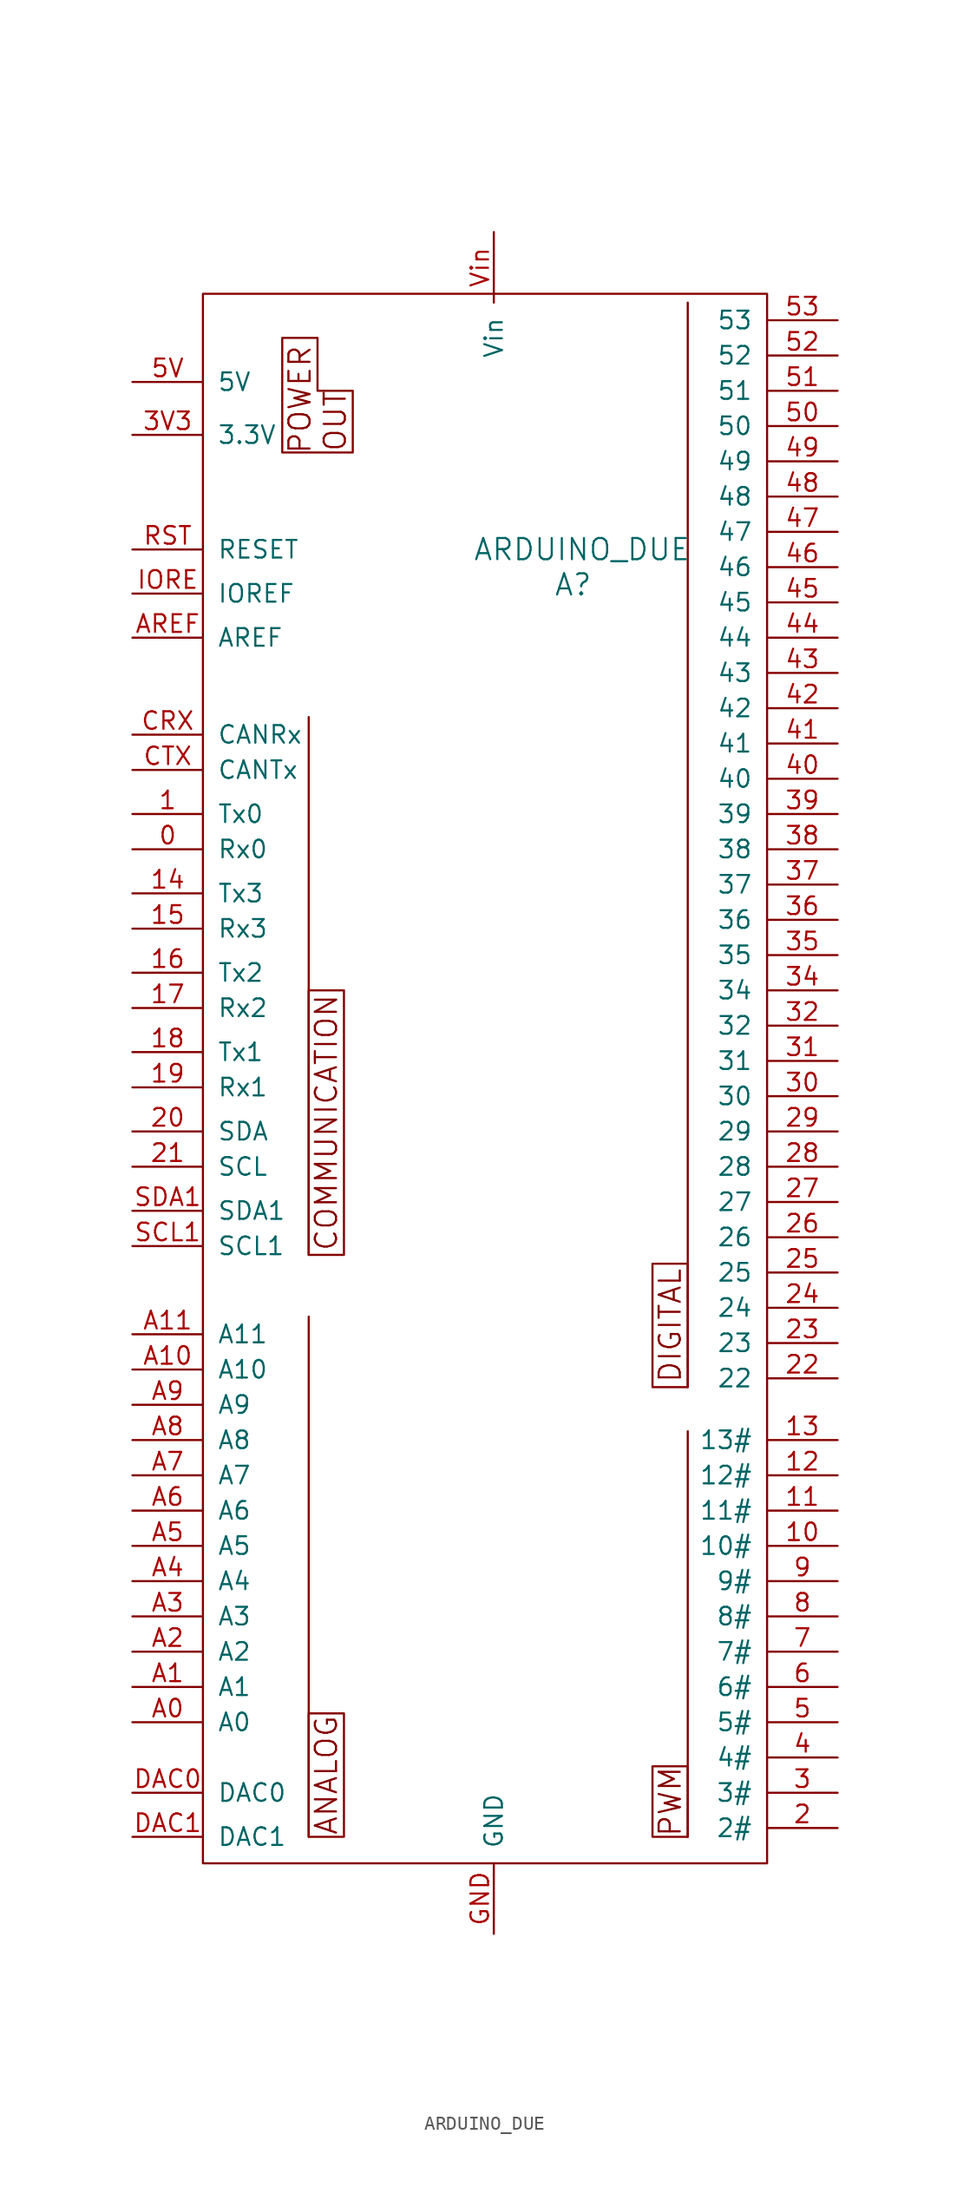
<source format=kicad_sym>
(kicad_symbol_lib
  (version 20211014)
  (generator kicad_symbol_editor)
  (symbol "ARDUINO_DUE"
    (pin_names
      (offset 1.016))
    (property "Reference" "A"
      (at 5.715 92.075 0)
      (effects (font (size 1.524 1.524))))
    (property "Value" "ARDUINO_DUE"
      (at 6.35 94.615 0)
      (effects (font (size 1.524 1.524))))
    (property "Footprint" ""
      (at 0 0 0)
      (effects (font (size 1.524 1.524))))
    (property "Datasheet" ""
      (at 0 0 0)
      (effects (font (size 1.524 1.524))))
    (symbol "ARDUINO_DUE_0_0"
      (rectangle (start -13.335 10.795) (end -10.795 1.905) (stroke (width 0) (type default) (color 0 0 0 0)) (fill (type none)))
      (rectangle (start -13.335 43.815) (end -10.795 62.865) (stroke (width 0) (type default) (color 0 0 0 0)) (fill (type none)))
      (polyline (pts (xy -13.335 1.905) (xy -13.335 39.37)) (stroke (width 0) (type default) (color 0 0 0 0)) (fill (type none)))
      (polyline (pts (xy -13.335 43.815) (xy -13.335 82.55)) (stroke (width 0) (type default) (color 0 0 0 0)) (fill (type none)))
      (polyline (pts (xy 13.97 1.905) (xy 13.97 31.115)) (stroke (width 0) (type default) (color 0 0 0 0)) (fill (type none)))
      (polyline (pts (xy 13.97 34.29) (xy 13.97 112.395)) (stroke (width 0) (type default) (color 0 0 0 0)) (fill (type none)))
      (polyline (pts (xy -15.24 101.6) (xy -15.24 109.855) (xy -12.7 109.855) (xy -12.7 106.045) (xy -10.16 106.045) (xy -10.16 101.6) (xy -15.24 101.6)) (stroke (width 0) (type default) (color 0 0 0 0)) (fill (type none)))
      (rectangle (start 11.43 1.905) (end 13.97 6.985) (stroke (width 0) (type default) (color 0 0 0 0)) (fill (type none)))
      (rectangle (start 11.43 43.18) (end 13.97 34.29) (stroke (width 0) (type default) (color 0 0 0 0)) (fill (type none)))
      (text "ANALOG" (at -12.065 6.35 900) (effects (font (size 1.524 1.524))))
      (text "COMMUNICATION" (at -12.065 53.34 900) (effects (font (size 1.524 1.524))))
      (text "DIGITAL" (at 12.7 38.735 900) (effects (font (size 1.524 1.524))))
      (text "OUT" (at -11.43 101.6 900) (effects (font (size 1.524 1.524)) (justify left)))
      (text "POWER" (at -13.97 105.41 900) (effects (font (size 1.524 1.524))))
      (text "PWM" (at 12.7 4.445 900) (effects (font (size 1.524 1.524)))))
    (symbol "ARDUINO_DUE_0_1"
      (rectangle (start -20.955 0) (end 19.685 113.03) (stroke (width 0) (type default) (color 0 0 0 0)) (fill (type none))))
    (symbol "ARDUINO_DUE_1_1"
      (pin passive line (at -26.035 73.025 0) (length 5.08) (name "Rx0" (effects (font (size 1.27 1.27)))) (number "0" (effects (font (size 1.27 1.27)))))
      (pin passive line (at -26.035 75.565 0) (length 5.08) (name "Tx0" (effects (font (size 1.27 1.27)))) (number "1" (effects (font (size 1.27 1.27)))))
      (pin passive line (at 24.765 22.86 180) (length 5.08) (name "10#" (effects (font (size 1.27 1.27)))) (number "10" (effects (font (size 1.27 1.27)))))
      (pin passive line (at 24.765 25.4 180) (length 5.08) (name "11#" (effects (font (size 1.27 1.27)))) (number "11" (effects (font (size 1.27 1.27)))))
      (pin passive line (at 24.765 27.94 180) (length 5.08) (name "12#" (effects (font (size 1.27 1.27)))) (number "12" (effects (font (size 1.27 1.27)))))
      (pin passive line (at 24.765 30.48 180) (length 5.08) (name "13#" (effects (font (size 1.27 1.27)))) (number "13" (effects (font (size 1.27 1.27)))))
      (pin passive line (at -26.035 69.85 0) (length 5.08) (name "Tx3" (effects (font (size 1.27 1.27)))) (number "14" (effects (font (size 1.27 1.27)))))
      (pin passive line (at -26.035 67.31 0) (length 5.08) (name "Rx3" (effects (font (size 1.27 1.27)))) (number "15" (effects (font (size 1.27 1.27)))))
      (pin passive line (at -26.035 64.135 0) (length 5.08) (name "Tx2" (effects (font (size 1.27 1.27)))) (number "16" (effects (font (size 1.27 1.27)))))
      (pin passive line (at -26.035 61.595 0) (length 5.08) (name "Rx2" (effects (font (size 1.27 1.27)))) (number "17" (effects (font (size 1.27 1.27)))))
      (pin passive line (at -26.035 58.42 0) (length 5.08) (name "Tx1" (effects (font (size 1.27 1.27)))) (number "18" (effects (font (size 1.27 1.27)))))
      (pin passive line (at -26.035 55.88 0) (length 5.08) (name "Rx1" (effects (font (size 1.27 1.27)))) (number "19" (effects (font (size 1.27 1.27)))))
      (pin passive line (at 24.765 2.54 180) (length 5.08) (name "2#" (effects (font (size 1.27 1.27)))) (number "2" (effects (font (size 1.27 1.27)))))
      (pin passive line (at -26.035 52.705 0) (length 5.08) (name "SDA" (effects (font (size 1.27 1.27)))) (number "20" (effects (font (size 1.27 1.27)))))
      (pin passive line (at -26.035 50.165 0) (length 5.08) (name "SCL" (effects (font (size 1.27 1.27)))) (number "21" (effects (font (size 1.27 1.27)))))
      (pin passive line (at 24.765 34.925 180) (length 5.08) (name "22" (effects (font (size 1.27 1.27)))) (number "22" (effects (font (size 1.27 1.27)))))
      (pin passive line (at 24.765 37.465 180) (length 5.08) (name "23" (effects (font (size 1.27 1.27)))) (number "23" (effects (font (size 1.27 1.27)))))
      (pin passive line (at 24.765 40.005 180) (length 5.08) (name "24" (effects (font (size 1.27 1.27)))) (number "24" (effects (font (size 1.27 1.27)))))
      (pin passive line (at 24.765 42.545 180) (length 5.08) (name "25" (effects (font (size 1.27 1.27)))) (number "25" (effects (font (size 1.27 1.27)))))
      (pin passive line (at 24.765 45.085 180) (length 5.08) (name "26" (effects (font (size 1.27 1.27)))) (number "26" (effects (font (size 1.27 1.27)))))
      (pin passive line (at 24.765 47.625 180) (length 5.08) (name "27" (effects (font (size 1.27 1.27)))) (number "27" (effects (font (size 1.27 1.27)))))
      (pin passive line (at 24.765 50.165 180) (length 5.08) (name "28" (effects (font (size 1.27 1.27)))) (number "28" (effects (font (size 1.27 1.27)))))
      (pin passive line (at 24.765 52.705 180) (length 5.08) (name "29" (effects (font (size 1.27 1.27)))) (number "29" (effects (font (size 1.27 1.27)))))
      (pin passive line (at 24.765 5.08 180) (length 5.08) (name "3#" (effects (font (size 1.27 1.27)))) (number "3" (effects (font (size 1.27 1.27)))))
      (pin passive line (at 24.765 55.245 180) (length 5.08) (name "30" (effects (font (size 1.27 1.27)))) (number "30" (effects (font (size 1.27 1.27)))))
      (pin passive line (at 24.765 57.785 180) (length 5.08) (name "31" (effects (font (size 1.27 1.27)))) (number "31" (effects (font (size 1.27 1.27)))))
      (pin passive line (at 24.765 60.325 180) (length 5.08) (name "32" (effects (font (size 1.27 1.27)))) (number "32" (effects (font (size 1.27 1.27)))))
      (pin passive line (at 24.765 62.865 180) (length 5.08) (name "34" (effects (font (size 1.27 1.27)))) (number "34" (effects (font (size 1.27 1.27)))))
      (pin passive line (at 24.765 65.405 180) (length 5.08) (name "35" (effects (font (size 1.27 1.27)))) (number "35" (effects (font (size 1.27 1.27)))))
      (pin passive line (at 24.765 67.945 180) (length 5.08) (name "36" (effects (font (size 1.27 1.27)))) (number "36" (effects (font (size 1.27 1.27)))))
      (pin passive line (at 24.765 70.485 180) (length 5.08) (name "37" (effects (font (size 1.27 1.27)))) (number "37" (effects (font (size 1.27 1.27)))))
      (pin passive line (at 24.765 73.025 180) (length 5.08) (name "38" (effects (font (size 1.27 1.27)))) (number "38" (effects (font (size 1.27 1.27)))))
      (pin passive line (at 24.765 75.565 180) (length 5.08) (name "39" (effects (font (size 1.27 1.27)))) (number "39" (effects (font (size 1.27 1.27)))))
      (pin power_out line (at -26.035 102.87 0) (length 5.08) (name "3.3V" (effects (font (size 1.27 1.27)))) (number "3V3" (effects (font (size 1.27 1.27)))))
      (pin passive line (at 24.765 7.62 180) (length 5.08) (name "4#" (effects (font (size 1.27 1.27)))) (number "4" (effects (font (size 1.27 1.27)))))
      (pin passive line (at 24.765 78.105 180) (length 5.08) (name "40" (effects (font (size 1.27 1.27)))) (number "40" (effects (font (size 1.27 1.27)))))
      (pin passive line (at 24.765 80.645 180) (length 5.08) (name "41" (effects (font (size 1.27 1.27)))) (number "41" (effects (font (size 1.27 1.27)))))
      (pin passive line (at 24.765 83.185 180) (length 5.08) (name "42" (effects (font (size 1.27 1.27)))) (number "42" (effects (font (size 1.27 1.27)))))
      (pin passive line (at 24.765 85.725 180) (length 5.08) (name "43" (effects (font (size 1.27 1.27)))) (number "43" (effects (font (size 1.27 1.27)))))
      (pin passive line (at 24.765 88.265 180) (length 5.08) (name "44" (effects (font (size 1.27 1.27)))) (number "44" (effects (font (size 1.27 1.27)))))
      (pin passive line (at 24.765 90.805 180) (length 5.08) (name "45" (effects (font (size 1.27 1.27)))) (number "45" (effects (font (size 1.27 1.27)))))
      (pin passive line (at 24.765 93.345 180) (length 5.08) (name "46" (effects (font (size 1.27 1.27)))) (number "46" (effects (font (size 1.27 1.27)))))
      (pin passive line (at 24.765 95.885 180) (length 5.08) (name "47" (effects (font (size 1.27 1.27)))) (number "47" (effects (font (size 1.27 1.27)))))
      (pin passive line (at 24.765 98.425 180) (length 5.08) (name "48" (effects (font (size 1.27 1.27)))) (number "48" (effects (font (size 1.27 1.27)))))
      (pin passive line (at 24.765 100.965 180) (length 5.08) (name "49" (effects (font (size 1.27 1.27)))) (number "49" (effects (font (size 1.27 1.27)))))
      (pin passive line (at 24.765 10.16 180) (length 5.08) (name "5#" (effects (font (size 1.27 1.27)))) (number "5" (effects (font (size 1.27 1.27)))))
      (pin passive line (at 24.765 103.505 180) (length 5.08) (name "50" (effects (font (size 1.27 1.27)))) (number "50" (effects (font (size 1.27 1.27)))))
      (pin passive line (at 24.765 106.045 180) (length 5.08) (name "51" (effects (font (size 1.27 1.27)))) (number "51" (effects (font (size 1.27 1.27)))))
      (pin passive line (at 24.765 108.585 180) (length 5.08) (name "52" (effects (font (size 1.27 1.27)))) (number "52" (effects (font (size 1.27 1.27)))))
      (pin passive line (at 24.765 111.125 180) (length 5.08) (name "53" (effects (font (size 1.27 1.27)))) (number "53" (effects (font (size 1.27 1.27)))))
      (pin power_out line (at -26.035 106.68 0) (length 5.08) (name "5V" (effects (font (size 1.27 1.27)))) (number "5V" (effects (font (size 1.27 1.27)))))
      (pin passive line (at 24.765 12.7 180) (length 5.08) (name "6#" (effects (font (size 1.27 1.27)))) (number "6" (effects (font (size 1.27 1.27)))))
      (pin passive line (at 24.765 15.24 180) (length 5.08) (name "7#" (effects (font (size 1.27 1.27)))) (number "7" (effects (font (size 1.27 1.27)))))
      (pin passive line (at 24.765 17.78 180) (length 5.08) (name "8#" (effects (font (size 1.27 1.27)))) (number "8" (effects (font (size 1.27 1.27)))))
      (pin passive line (at 24.765 20.32 180) (length 5.08) (name "9#" (effects (font (size 1.27 1.27)))) (number "9" (effects (font (size 1.27 1.27)))))
      (pin passive line (at -26.035 10.16 0) (length 5.08) (name "A0" (effects (font (size 1.27 1.27)))) (number "A0" (effects (font (size 1.27 1.27)))))
      (pin passive line (at -26.035 12.7 0) (length 5.08) (name "A1" (effects (font (size 1.27 1.27)))) (number "A1" (effects (font (size 1.27 1.27)))))
      (pin passive line (at -26.035 35.56 0) (length 5.08) (name "A10" (effects (font (size 1.27 1.27)))) (number "A10" (effects (font (size 1.27 1.27)))))
      (pin passive line (at -26.035 38.1 0) (length 5.08) (name "A11" (effects (font (size 1.27 1.27)))) (number "A11" (effects (font (size 1.27 1.27)))))
      (pin passive line (at -26.035 15.24 0) (length 5.08) (name "A2" (effects (font (size 1.27 1.27)))) (number "A2" (effects (font (size 1.27 1.27)))))
      (pin passive line (at -26.035 17.78 0) (length 5.08) (name "A3" (effects (font (size 1.27 1.27)))) (number "A3" (effects (font (size 1.27 1.27)))))
      (pin passive line (at -26.035 20.32 0) (length 5.08) (name "A4" (effects (font (size 1.27 1.27)))) (number "A4" (effects (font (size 1.27 1.27)))))
      (pin passive line (at -26.035 22.86 0) (length 5.08) (name "A5" (effects (font (size 1.27 1.27)))) (number "A5" (effects (font (size 1.27 1.27)))))
      (pin passive line (at -26.035 25.4 0) (length 5.08) (name "A6" (effects (font (size 1.27 1.27)))) (number "A6" (effects (font (size 1.27 1.27)))))
      (pin passive line (at -26.035 27.94 0) (length 5.08) (name "A7" (effects (font (size 1.27 1.27)))) (number "A7" (effects (font (size 1.27 1.27)))))
      (pin passive line (at -26.035 30.48 0) (length 5.08) (name "A8" (effects (font (size 1.27 1.27)))) (number "A8" (effects (font (size 1.27 1.27)))))
      (pin passive line (at -26.035 33.02 0) (length 5.08) (name "A9" (effects (font (size 1.27 1.27)))) (number "A9" (effects (font (size 1.27 1.27)))))
      (pin passive line (at -26.035 88.265 0) (length 5.08) (name "AREF" (effects (font (size 1.27 1.27)))) (number "AREF" (effects (font (size 1.27 1.27)))))
      (pin passive line (at -26.035 81.28 0) (length 5.08) (name "CANRx" (effects (font (size 1.27 1.27)))) (number "CRX" (effects (font (size 1.27 1.27)))))
      (pin passive line (at -26.035 78.74 0) (length 5.08) (name "CANTx" (effects (font (size 1.27 1.27)))) (number "CTX" (effects (font (size 1.27 1.27)))))
      (pin passive line (at -26.035 5.08 0) (length 5.08) (name "DAC0" (effects (font (size 1.27 1.27)))) (number "DAC0" (effects (font (size 1.27 1.27)))))
      (pin passive line (at -26.035 1.905 0) (length 5.08) (name "DAC1" (effects (font (size 1.27 1.27)))) (number "DAC1" (effects (font (size 1.27 1.27)))))
      (pin power_in line (at 0 -5.08 90) (length 5.08) (name "GND" (effects (font (size 1.27 1.27)))) (number "GND" (effects (font (size 1.27 1.27)))))
      (pin input line (at -26.035 91.44 0) (length 5.08) (name "IOREF" (effects (font (size 1.27 1.27)))) (number "IORE" (effects (font (size 1.27 1.27)))))
      (pin passive line (at -26.035 94.615 0) (length 5.08) (name "RESET" (effects (font (size 1.27 1.27)))) (number "RST" (effects (font (size 1.27 1.27)))))
      (pin passive line (at -26.035 44.45 0) (length 5.08) (name "SCL1" (effects (font (size 1.27 1.27)))) (number "SCL1" (effects (font (size 1.27 1.27)))))
      (pin passive line (at -26.035 46.99 0) (length 5.08) (name "SDA1" (effects (font (size 1.27 1.27)))) (number "SDA1" (effects (font (size 1.27 1.27)))))
      (pin power_in line (at 0 117.475 270) (length 5.08) (name "Vin" (effects (font (size 1.27 1.27)))) (number "Vin" (effects (font (size 1.27 1.27))))))))
</source>
